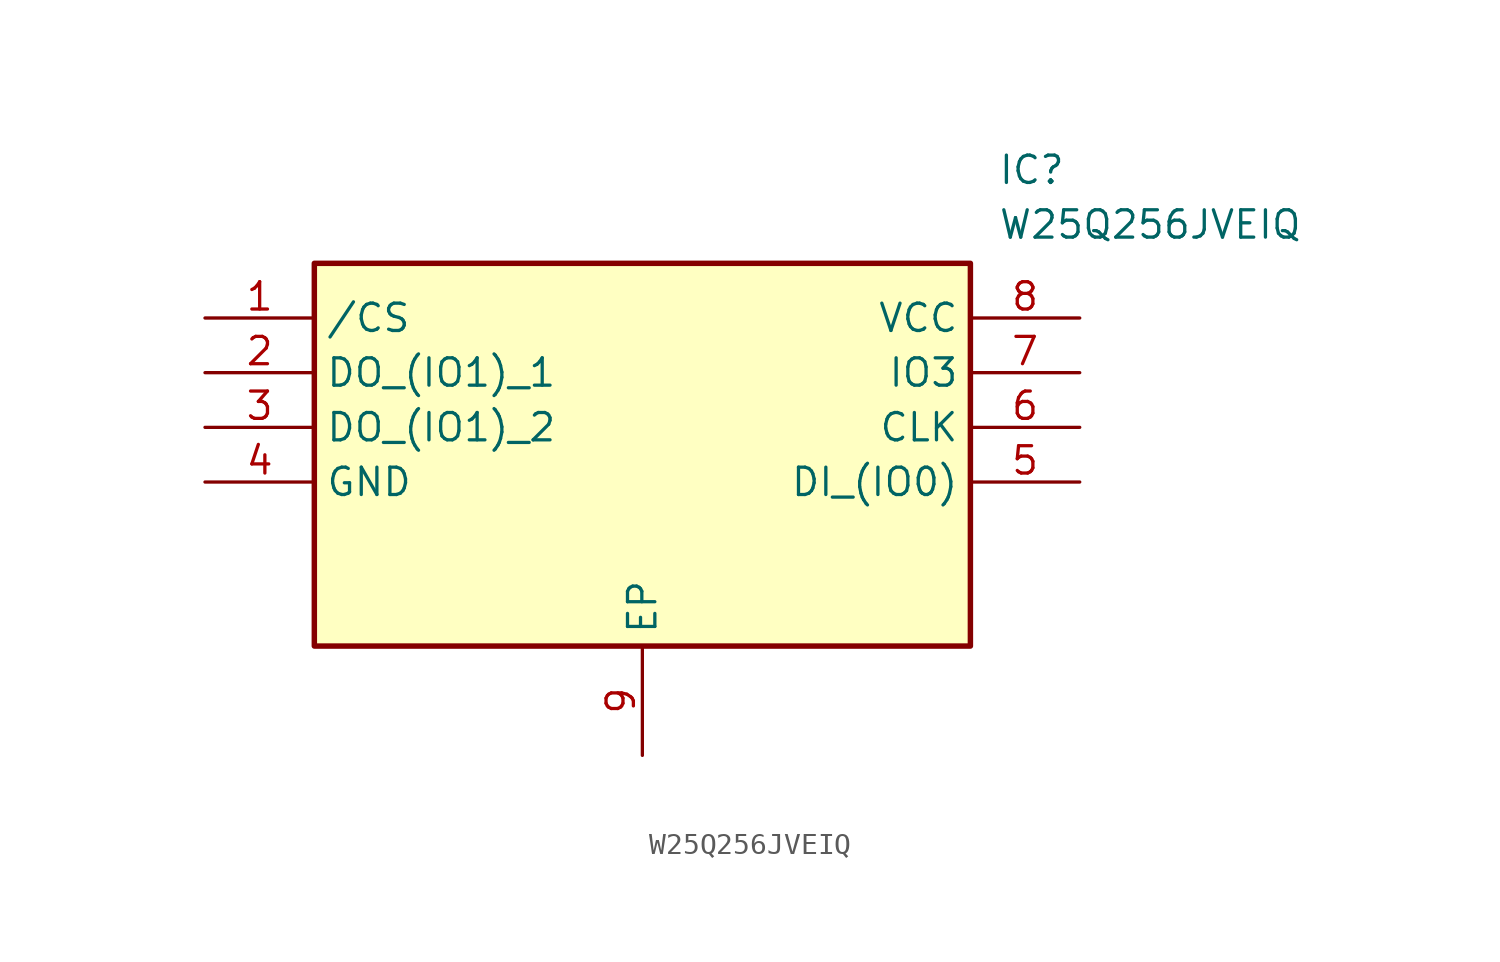
<source format=kicad_sym>
(kicad_symbol_lib
  (version 20211014)
  (generator SamacSys_ECAD_Model)
  (symbol "W25Q256JVEIQ"
    (property "Reference" "IC"
      (at 36.83 7.62 0)
      (effects (font (size 1.27 1.27)) (justify left top)))
    (property "Value" "W25Q256JVEIQ"
      (at 36.83 5.08 0)
      (effects (font (size 1.27 1.27)) (justify left top)))
    (rectangle
      (start 5.08 2.54)
      (end 35.56 -15.24)
      (stroke (width 0.254) (type default))
      (fill (type background)))
    (pin passive line
      (at 0 0 0)
      (length 5.08)
      (name "/CS" (effects (font (size 1.27 1.27))))
      (number "1" (effects (font (size 1.27 1.27)))))
    (pin passive line
      (at 0 -2.54 0)
      (length 5.08)
      (name "DO_(IO1)_1" (effects (font (size 1.27 1.27))))
      (number "2" (effects (font (size 1.27 1.27)))))
    (pin passive line
      (at 0 -5.08 0)
      (length 5.08)
      (name "DO_(IO1)_2" (effects (font (size 1.27 1.27))))
      (number "3" (effects (font (size 1.27 1.27)))))
    (pin passive line
      (at 0 -7.62 0)
      (length 5.08)
      (name "GND" (effects (font (size 1.27 1.27))))
      (number "4" (effects (font (size 1.27 1.27)))))
    (pin passive line
      (at 20.32 -20.32 90)
      (length 5.08)
      (name "EP" (effects (font (size 1.27 1.27))))
      (number "9" (effects (font (size 1.27 1.27)))))
    (pin passive line
      (at 40.64 0 180)
      (length 5.08)
      (name "VCC" (effects (font (size 1.27 1.27))))
      (number "8" (effects (font (size 1.27 1.27)))))
    (pin passive line
      (at 40.64 -2.54 180)
      (length 5.08)
      (name "IO3" (effects (font (size 1.27 1.27))))
      (number "7" (effects (font (size 1.27 1.27)))))
    (pin passive line
      (at 40.64 -5.08 180)
      (length 5.08)
      (name "CLK" (effects (font (size 1.27 1.27))))
      (number "6" (effects (font (size 1.27 1.27)))))
    (pin passive line
      (at 40.64 -7.62 180)
      (length 5.08)
      (name "DI_(IO0)" (effects (font (size 1.27 1.27))))
      (number "5" (effects (font (size 1.27 1.27)))))))
</source>
